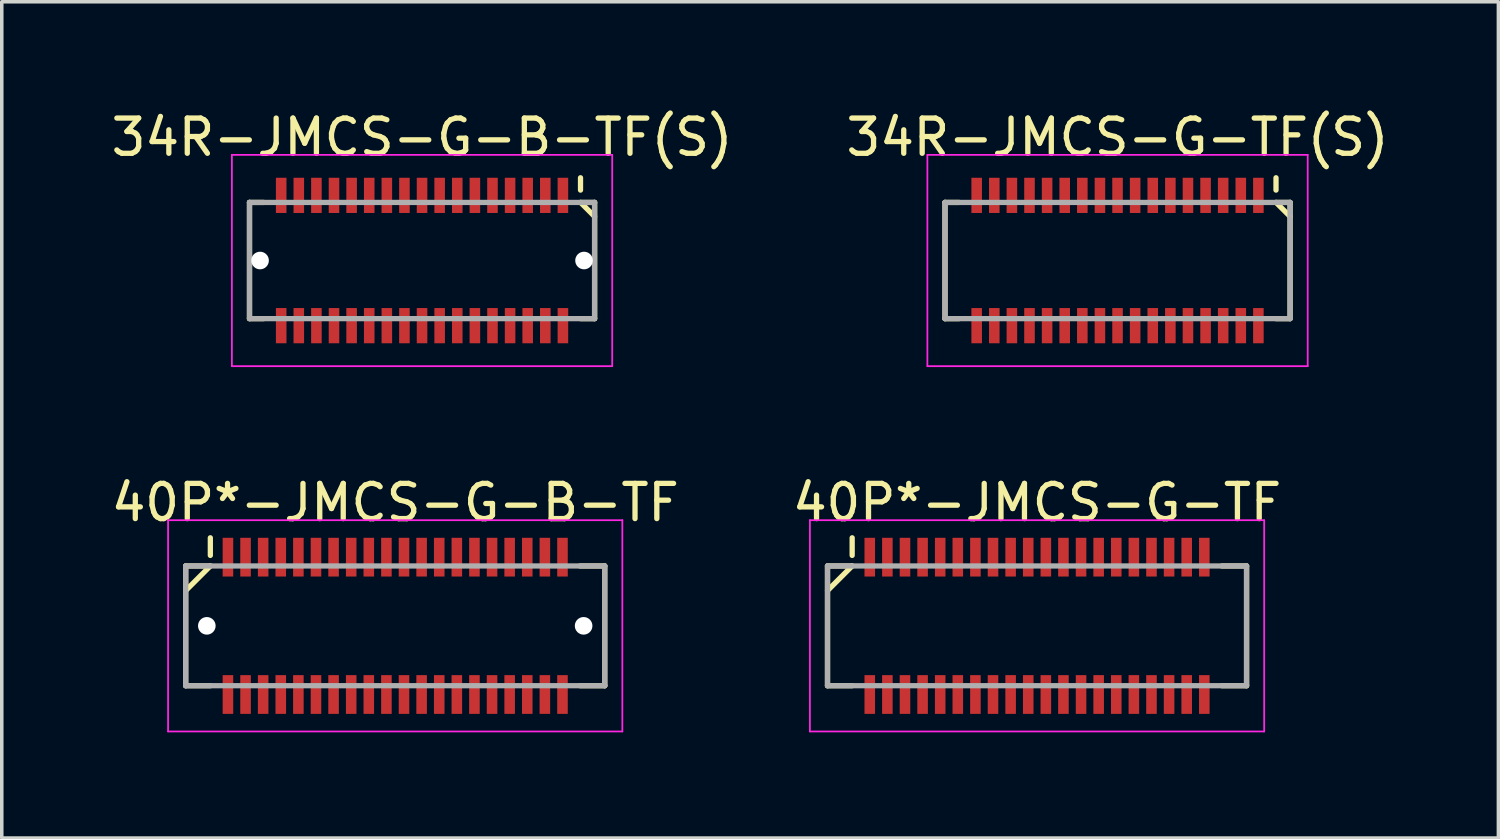
<source format=kicad_pcb>
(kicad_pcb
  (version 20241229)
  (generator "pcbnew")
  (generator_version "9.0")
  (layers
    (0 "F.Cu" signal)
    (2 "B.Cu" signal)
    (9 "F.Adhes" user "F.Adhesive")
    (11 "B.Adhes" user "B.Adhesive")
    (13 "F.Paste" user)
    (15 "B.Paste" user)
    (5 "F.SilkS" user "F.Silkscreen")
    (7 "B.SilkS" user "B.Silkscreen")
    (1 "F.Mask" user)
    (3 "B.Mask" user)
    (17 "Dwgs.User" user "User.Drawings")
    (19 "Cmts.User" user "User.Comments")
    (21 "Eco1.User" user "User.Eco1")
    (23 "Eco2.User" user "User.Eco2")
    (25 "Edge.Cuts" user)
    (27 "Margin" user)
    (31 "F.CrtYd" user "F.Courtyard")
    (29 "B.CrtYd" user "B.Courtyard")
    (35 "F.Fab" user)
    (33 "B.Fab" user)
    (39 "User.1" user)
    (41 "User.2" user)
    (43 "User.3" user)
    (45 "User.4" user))
  (footprint "34R-JMCS-G-TF(S)"
    (layer "F.Cu")
    (at 28.685 4.348)
    (property "Reference" "34R-JMCS-G-TF(S)" (at 0 -3.5 0) (layer "F.SilkS") (effects (font (size 1 1) (thickness 0.15))))
    (attr smd)
    (fp_line (start -4.9 -1.65) (end -4.9 1.65) (stroke (width 0.15) (type solid)) (layer "F.SilkS"))
    (fp_line (start -4.9 -1.65) (end -4.5 -1.65) (stroke (width 0.15) (type solid)) (layer "F.SilkS"))
    (fp_line (start -4.9 1.65) (end -4.5 1.65) (stroke (width 0.15) (type solid)) (layer "F.SilkS"))
    (fp_line (start 4.5 -2.35) (end 4.5 -2) (stroke (width 0.15) (type solid)) (layer "F.SilkS"))
    (fp_line (start 4.5 -1.65) (end 4.9 -1.65) (stroke (width 0.15) (type solid)) (layer "F.SilkS"))
    (fp_line (start 4.5 -1.65) (end 4.9 -1.25) (stroke (width 0.15) (type solid)) (layer "F.SilkS"))
    (fp_line (start 4.5 1.65) (end 4.9 1.65) (stroke (width 0.15) (type solid)) (layer "F.SilkS"))
    (fp_line (start 4.9 -1.65) (end 4.9 1.65) (stroke (width 0.15) (type solid)) (layer "F.SilkS"))
    (fp_line (start -5.4 -3) (end -5.4 3) (stroke (width 0.05) (type solid)) (layer "F.CrtYd"))
    (fp_line (start -5.4 -3) (end 5.4 -3) (stroke (width 0.05) (type solid)) (layer "F.CrtYd"))
    (fp_line (start -5.4 3) (end 5.4 3) (stroke (width 0.05) (type solid)) (layer "F.CrtYd"))
    (fp_line (start 5.4 -3) (end 5.4 3) (stroke (width 0.05) (type solid)) (layer "F.CrtYd"))
    (fp_line (start -4.9 -1.65) (end -4.9 1.65) (stroke (width 0.15) (type solid)) (layer "F.Fab"))
    (fp_line (start -4.9 -1.65) (end 4.9 -1.65) (stroke (width 0.15) (type solid)) (layer "F.Fab"))
    (fp_line (start -4.9 1.65) (end 4.9 1.65) (stroke (width 0.15) (type solid)) (layer "F.Fab"))
    (fp_line (start 4.9 -1.65) (end 4.9 1.65) (stroke (width 0.15) (type solid)) (layer "F.Fab"))
    (pad "1" smd rect (at 4 -1.85) (size 0.3 1) (layers "F.Cu" "F.Mask" "F.Paste"))
    (pad "2" smd rect (at 4 1.85) (size 0.3 1) (layers "F.Cu" "F.Mask" "F.Paste"))
    (pad "3" smd rect (at 3.5 -1.85) (size 0.3 1) (layers "F.Cu" "F.Mask" "F.Paste"))
    (pad "4" smd rect (at 3.5 1.85) (size 0.3 1) (layers "F.Cu" "F.Mask" "F.Paste"))
    (pad "5" smd rect (at 3 -1.85) (size 0.3 1) (layers "F.Cu" "F.Mask" "F.Paste"))
    (pad "6" smd rect (at 3 1.85) (size 0.3 1) (layers "F.Cu" "F.Mask" "F.Paste"))
    (pad "7" smd rect (at 2.5 -1.85) (size 0.3 1) (layers "F.Cu" "F.Mask" "F.Paste"))
    (pad "8" smd rect (at 2.5 1.85) (size 0.3 1) (layers "F.Cu" "F.Mask" "F.Paste"))
    (pad "9" smd rect (at 2 -1.85) (size 0.3 1) (layers "F.Cu" "F.Mask" "F.Paste"))
    (pad "10" smd rect (at 2 1.85) (size 0.3 1) (layers "F.Cu" "F.Mask" "F.Paste"))
    (pad "11" smd rect (at 1.5 -1.85) (size 0.3 1) (layers "F.Cu" "F.Mask" "F.Paste"))
    (pad "12" smd rect (at 1.5 1.85) (size 0.3 1) (layers "F.Cu" "F.Mask" "F.Paste"))
    (pad "13" smd rect (at 1 -1.85) (size 0.3 1) (layers "F.Cu" "F.Mask" "F.Paste"))
    (pad "14" smd rect (at 1 1.85) (size 0.3 1) (layers "F.Cu" "F.Mask" "F.Paste"))
    (pad "15" smd rect (at 0.5 -1.85) (size 0.3 1) (layers "F.Cu" "F.Mask" "F.Paste"))
    (pad "16" smd rect (at 0.5 1.85) (size 0.3 1) (layers "F.Cu" "F.Mask" "F.Paste"))
    (pad "17" smd rect (at 0 -1.85) (size 0.3 1) (layers "F.Cu" "F.Mask" "F.Paste"))
    (pad "18" smd rect (at 0 1.85) (size 0.3 1) (layers "F.Cu" "F.Mask" "F.Paste"))
    (pad "19" smd rect (at -0.5 -1.85) (size 0.3 1) (layers "F.Cu" "F.Mask" "F.Paste"))
    (pad "20" smd rect (at -0.5 1.85) (size 0.3 1) (layers "F.Cu" "F.Mask" "F.Paste"))
    (pad "21" smd rect (at -1 -1.85) (size 0.3 1) (layers "F.Cu" "F.Mask" "F.Paste"))
    (pad "22" smd rect (at -1 1.85) (size 0.3 1) (layers "F.Cu" "F.Mask" "F.Paste"))
    (pad "23" smd rect (at -1.5 -1.85) (size 0.3 1) (layers "F.Cu" "F.Mask" "F.Paste"))
    (pad "24" smd rect (at -1.5 1.85) (size 0.3 1) (layers "F.Cu" "F.Mask" "F.Paste"))
    (pad "25" smd rect (at -2 -1.85) (size 0.3 1) (layers "F.Cu" "F.Mask" "F.Paste"))
    (pad "26" smd rect (at -2 1.85) (size 0.3 1) (layers "F.Cu" "F.Mask" "F.Paste"))
    (pad "27" smd rect (at -2.5 -1.85) (size 0.3 1) (layers "F.Cu" "F.Mask" "F.Paste"))
    (pad "28" smd rect (at -2.5 1.85) (size 0.3 1) (layers "F.Cu" "F.Mask" "F.Paste"))
    (pad "29" smd rect (at -3 -1.85) (size 0.3 1) (layers "F.Cu" "F.Mask" "F.Paste"))
    (pad "30" smd rect (at -3 1.85) (size 0.3 1) (layers "F.Cu" "F.Mask" "F.Paste"))
    (pad "31" smd rect (at -3.5 -1.85) (size 0.3 1) (layers "F.Cu" "F.Mask" "F.Paste"))
    (pad "32" smd rect (at -3.5 1.85) (size 0.3 1) (layers "F.Cu" "F.Mask" "F.Paste"))
    (pad "33" smd rect (at -4 -1.85) (size 0.3 1) (layers "F.Cu" "F.Mask" "F.Paste"))
    (pad "34" smd rect (at -4 1.85) (size 0.3 1) (layers "F.Cu" "F.Mask" "F.Paste")))
  (footprint "34R-JMCS-G-B-TF(S)"
    (layer "F.Cu")
    (at 8.935 4.348)
    (property "Reference" "34R-JMCS-G-B-TF(S)" (at 0 -3.5 0) (layer "F.SilkS") (effects (font (size 1 1) (thickness 0.15))))
    (attr smd)
    (fp_line (start -4.9 -1.65) (end -4.9 1.65) (stroke (width 0.15) (type solid)) (layer "F.SilkS"))
    (fp_line (start -4.9 -1.65) (end -4.5 -1.65) (stroke (width 0.15) (type solid)) (layer "F.SilkS"))
    (fp_line (start -4.9 1.65) (end -4.5 1.65) (stroke (width 0.15) (type solid)) (layer "F.SilkS"))
    (fp_line (start 4.5 -2.35) (end 4.5 -2) (stroke (width 0.15) (type solid)) (layer "F.SilkS"))
    (fp_line (start 4.5 -1.65) (end 4.9 -1.65) (stroke (width 0.15) (type solid)) (layer "F.SilkS"))
    (fp_line (start 4.5 -1.65) (end 4.9 -1.25) (stroke (width 0.15) (type solid)) (layer "F.SilkS"))
    (fp_line (start 4.5 1.65) (end 4.9 1.65) (stroke (width 0.15) (type solid)) (layer "F.SilkS"))
    (fp_line (start 4.9 -1.65) (end 4.9 1.65) (stroke (width 0.15) (type solid)) (layer "F.SilkS"))
    (fp_line (start -5.4 -3) (end -5.4 3) (stroke (width 0.05) (type solid)) (layer "F.CrtYd"))
    (fp_line (start -5.4 -3) (end 5.4 -3) (stroke (width 0.05) (type solid)) (layer "F.CrtYd"))
    (fp_line (start -5.4 3) (end 5.4 3) (stroke (width 0.05) (type solid)) (layer "F.CrtYd"))
    (fp_line (start 5.4 -3) (end 5.4 3) (stroke (width 0.05) (type solid)) (layer "F.CrtYd"))
    (fp_line (start -4.9 -1.65) (end -4.9 1.65) (stroke (width 0.15) (type solid)) (layer "F.Fab"))
    (fp_line (start -4.9 -1.65) (end 4.9 -1.65) (stroke (width 0.15) (type solid)) (layer "F.Fab"))
    (fp_line (start -4.9 1.65) (end 4.9 1.65) (stroke (width 0.15) (type solid)) (layer "F.Fab"))
    (fp_line (start 4.9 -1.65) (end 4.9 1.65) (stroke (width 0.15) (type solid)) (layer "F.Fab"))
    (pad "" np_thru_hole circle (at -4.6 0) (size 0.5 0.5) (drill 0.5) (layers "*.Cu" "*.Mask"))
    (pad "" np_thru_hole circle (at 4.6 0) (size 0.5 0.5) (drill 0.5) (layers "*.Cu" "*.Mask"))
    (pad "1" smd rect (at 4 -1.85) (size 0.3 1) (layers "F.Cu" "F.Mask" "F.Paste"))
    (pad "2" smd rect (at 4 1.85) (size 0.3 1) (layers "F.Cu" "F.Mask" "F.Paste"))
    (pad "3" smd rect (at 3.5 -1.85) (size 0.3 1) (layers "F.Cu" "F.Mask" "F.Paste"))
    (pad "4" smd rect (at 3.5 1.85) (size 0.3 1) (layers "F.Cu" "F.Mask" "F.Paste"))
    (pad "5" smd rect (at 3 -1.85) (size 0.3 1) (layers "F.Cu" "F.Mask" "F.Paste"))
    (pad "6" smd rect (at 3 1.85) (size 0.3 1) (layers "F.Cu" "F.Mask" "F.Paste"))
    (pad "7" smd rect (at 2.5 -1.85) (size 0.3 1) (layers "F.Cu" "F.Mask" "F.Paste"))
    (pad "8" smd rect (at 2.5 1.85) (size 0.3 1) (layers "F.Cu" "F.Mask" "F.Paste"))
    (pad "9" smd rect (at 2 -1.85) (size 0.3 1) (layers "F.Cu" "F.Mask" "F.Paste"))
    (pad "10" smd rect (at 2 1.85) (size 0.3 1) (layers "F.Cu" "F.Mask" "F.Paste"))
    (pad "11" smd rect (at 1.5 -1.85) (size 0.3 1) (layers "F.Cu" "F.Mask" "F.Paste"))
    (pad "12" smd rect (at 1.5 1.85) (size 0.3 1) (layers "F.Cu" "F.Mask" "F.Paste"))
    (pad "13" smd rect (at 1 -1.85) (size 0.3 1) (layers "F.Cu" "F.Mask" "F.Paste"))
    (pad "14" smd rect (at 1 1.85) (size 0.3 1) (layers "F.Cu" "F.Mask" "F.Paste"))
    (pad "15" smd rect (at 0.5 -1.85) (size 0.3 1) (layers "F.Cu" "F.Mask" "F.Paste"))
    (pad "16" smd rect (at 0.5 1.85) (size 0.3 1) (layers "F.Cu" "F.Mask" "F.Paste"))
    (pad "17" smd rect (at 0 -1.85) (size 0.3 1) (layers "F.Cu" "F.Mask" "F.Paste"))
    (pad "18" smd rect (at 0 1.85) (size 0.3 1) (layers "F.Cu" "F.Mask" "F.Paste"))
    (pad "19" smd rect (at -0.5 -1.85) (size 0.3 1) (layers "F.Cu" "F.Mask" "F.Paste"))
    (pad "20" smd rect (at -0.5 1.85) (size 0.3 1) (layers "F.Cu" "F.Mask" "F.Paste"))
    (pad "21" smd rect (at -1 -1.85) (size 0.3 1) (layers "F.Cu" "F.Mask" "F.Paste"))
    (pad "22" smd rect (at -1 1.85) (size 0.3 1) (layers "F.Cu" "F.Mask" "F.Paste"))
    (pad "23" smd rect (at -1.5 -1.85) (size 0.3 1) (layers "F.Cu" "F.Mask" "F.Paste"))
    (pad "24" smd rect (at -1.5 1.85) (size 0.3 1) (layers "F.Cu" "F.Mask" "F.Paste"))
    (pad "25" smd rect (at -2 -1.85) (size 0.3 1) (layers "F.Cu" "F.Mask" "F.Paste"))
    (pad "26" smd rect (at -2 1.85) (size 0.3 1) (layers "F.Cu" "F.Mask" "F.Paste"))
    (pad "27" smd rect (at -2.5 -1.85) (size 0.3 1) (layers "F.Cu" "F.Mask" "F.Paste"))
    (pad "28" smd rect (at -2.5 1.85) (size 0.3 1) (layers "F.Cu" "F.Mask" "F.Paste"))
    (pad "29" smd rect (at -3 -1.85) (size 0.3 1) (layers "F.Cu" "F.Mask" "F.Paste"))
    (pad "30" smd rect (at -3 1.85) (size 0.3 1) (layers "F.Cu" "F.Mask" "F.Paste"))
    (pad "31" smd rect (at -3.5 -1.85) (size 0.3 1) (layers "F.Cu" "F.Mask" "F.Paste"))
    (pad "32" smd rect (at -3.5 1.85) (size 0.3 1) (layers "F.Cu" "F.Mask" "F.Paste"))
    (pad "33" smd rect (at -4 -1.85) (size 0.3 1) (layers "F.Cu" "F.Mask" "F.Paste"))
    (pad "34" smd rect (at -4 1.85) (size 0.3 1) (layers "F.Cu" "F.Mask" "F.Paste")))
  (footprint "40P*-JMCS-G-TF"
    (layer "F.Cu")
    (at 26.399 14.722)
    (property "Reference" "40P*-JMCS-G-TF" (at 0 -3.5 0) (layer "F.SilkS") (effects (font (size 1 1) (thickness 0.15))))
    (attr smd)
    (fp_line (start -5.95 -1.7) (end -5.95 1.7) (stroke (width 0.15) (type solid)) (layer "F.SilkS"))
    (fp_line (start -5.95 -1.7) (end -5.25 -1.7) (stroke (width 0.15) (type solid)) (layer "F.SilkS"))
    (fp_line (start -5.95 1.7) (end -5.25 1.7) (stroke (width 0.15) (type solid)) (layer "F.SilkS"))
    (fp_line (start -5.25 -2.5) (end -5.25 -2) (stroke (width 0.15) (type solid)) (layer "F.SilkS"))
    (fp_line (start -5.25 -1.7) (end -5.95 -1) (stroke (width 0.15) (type solid)) (layer "F.SilkS"))
    (fp_line (start 5.25 -1.7) (end 5.95 -1.7) (stroke (width 0.15) (type solid)) (layer "F.SilkS"))
    (fp_line (start 5.25 1.7) (end 5.95 1.7) (stroke (width 0.15) (type solid)) (layer "F.SilkS"))
    (fp_line (start 5.95 -1.7) (end 5.95 1.7) (stroke (width 0.15) (type solid)) (layer "F.SilkS"))
    (fp_line (start -6.45 -3) (end -6.45 3) (stroke (width 0.05) (type solid)) (layer "F.CrtYd"))
    (fp_line (start -6.45 -3) (end 6.45 -3) (stroke (width 0.05) (type solid)) (layer "F.CrtYd"))
    (fp_line (start -6.45 3) (end 6.45 3) (stroke (width 0.05) (type solid)) (layer "F.CrtYd"))
    (fp_line (start 6.45 -3) (end 6.45 3) (stroke (width 0.05) (type solid)) (layer "F.CrtYd"))
    (fp_line (start -5.95 -1.7) (end -5.95 1.7) (stroke (width 0.15) (type solid)) (layer "F.Fab"))
    (fp_line (start -5.95 -1.7) (end 5.95 -1.7) (stroke (width 0.15) (type solid)) (layer "F.Fab"))
    (fp_line (start -5.95 1.7) (end 5.95 1.7) (stroke (width 0.15) (type solid)) (layer "F.Fab"))
    (fp_line (start 5.95 -1.7) (end 5.95 1.7) (stroke (width 0.15) (type solid)) (layer "F.Fab"))
    (pad "1" smd rect (at -4.75 -1.95) (size 0.3 1.1) (layers "F.Cu" "F.Mask" "F.Paste"))
    (pad "2" smd rect (at -4.75 1.95) (size 0.3 1.1) (layers "F.Cu" "F.Mask" "F.Paste"))
    (pad "3" smd rect (at -4.25 -1.95) (size 0.3 1.1) (layers "F.Cu" "F.Mask" "F.Paste"))
    (pad "4" smd rect (at -4.25 1.95) (size 0.3 1.1) (layers "F.Cu" "F.Mask" "F.Paste"))
    (pad "5" smd rect (at -3.75 -1.95) (size 0.3 1.1) (layers "F.Cu" "F.Mask" "F.Paste"))
    (pad "6" smd rect (at -3.75 1.95) (size 0.3 1.1) (layers "F.Cu" "F.Mask" "F.Paste"))
    (pad "7" smd rect (at -3.25 -1.95) (size 0.3 1.1) (layers "F.Cu" "F.Mask" "F.Paste"))
    (pad "8" smd rect (at -3.25 1.95) (size 0.3 1.1) (layers "F.Cu" "F.Mask" "F.Paste"))
    (pad "9" smd rect (at -2.75 -1.95) (size 0.3 1.1) (layers "F.Cu" "F.Mask" "F.Paste"))
    (pad "10" smd rect (at -2.75 1.95) (size 0.3 1.1) (layers "F.Cu" "F.Mask" "F.Paste"))
    (pad "11" smd rect (at -2.25 -1.95) (size 0.3 1.1) (layers "F.Cu" "F.Mask" "F.Paste"))
    (pad "12" smd rect (at -2.25 1.95) (size 0.3 1.1) (layers "F.Cu" "F.Mask" "F.Paste"))
    (pad "13" smd rect (at -1.75 -1.95) (size 0.3 1.1) (layers "F.Cu" "F.Mask" "F.Paste"))
    (pad "14" smd rect (at -1.75 1.95) (size 0.3 1.1) (layers "F.Cu" "F.Mask" "F.Paste"))
    (pad "15" smd rect (at -1.25 -1.95) (size 0.3 1.1) (layers "F.Cu" "F.Mask" "F.Paste"))
    (pad "16" smd rect (at -1.25 1.95) (size 0.3 1.1) (layers "F.Cu" "F.Mask" "F.Paste"))
    (pad "17" smd rect (at -0.75 -1.95) (size 0.3 1.1) (layers "F.Cu" "F.Mask" "F.Paste"))
    (pad "18" smd rect (at -0.75 1.95) (size 0.3 1.1) (layers "F.Cu" "F.Mask" "F.Paste"))
    (pad "19" smd rect (at -0.25 -1.95) (size 0.3 1.1) (layers "F.Cu" "F.Mask" "F.Paste"))
    (pad "20" smd rect (at -0.25 1.95) (size 0.3 1.1) (layers "F.Cu" "F.Mask" "F.Paste"))
    (pad "21" smd rect (at 0.25 -1.95) (size 0.3 1.1) (layers "F.Cu" "F.Mask" "F.Paste"))
    (pad "22" smd rect (at 0.25 1.95) (size 0.3 1.1) (layers "F.Cu" "F.Mask" "F.Paste"))
    (pad "23" smd rect (at 0.75 -1.95) (size 0.3 1.1) (layers "F.Cu" "F.Mask" "F.Paste"))
    (pad "24" smd rect (at 0.75 1.95) (size 0.3 1.1) (layers "F.Cu" "F.Mask" "F.Paste"))
    (pad "25" smd rect (at 1.25 -1.95) (size 0.3 1.1) (layers "F.Cu" "F.Mask" "F.Paste"))
    (pad "26" smd rect (at 1.25 1.95) (size 0.3 1.1) (layers "F.Cu" "F.Mask" "F.Paste"))
    (pad "27" smd rect (at 1.75 -1.95) (size 0.3 1.1) (layers "F.Cu" "F.Mask" "F.Paste"))
    (pad "28" smd rect (at 1.75 1.95) (size 0.3 1.1) (layers "F.Cu" "F.Mask" "F.Paste"))
    (pad "29" smd rect (at 2.25 -1.95) (size 0.3 1.1) (layers "F.Cu" "F.Mask" "F.Paste"))
    (pad "30" smd rect (at 2.25 1.95) (size 0.3 1.1) (layers "F.Cu" "F.Mask" "F.Paste"))
    (pad "31" smd rect (at 2.75 -1.95) (size 0.3 1.1) (layers "F.Cu" "F.Mask" "F.Paste"))
    (pad "32" smd rect (at 2.75 1.95) (size 0.3 1.1) (layers "F.Cu" "F.Mask" "F.Paste"))
    (pad "33" smd rect (at 3.25 -1.95) (size 0.3 1.1) (layers "F.Cu" "F.Mask" "F.Paste"))
    (pad "34" smd rect (at 3.25 1.95) (size 0.3 1.1) (layers "F.Cu" "F.Mask" "F.Paste"))
    (pad "35" smd rect (at 3.75 -1.95) (size 0.3 1.1) (layers "F.Cu" "F.Mask" "F.Paste"))
    (pad "36" smd rect (at 3.75 1.95) (size 0.3 1.1) (layers "F.Cu" "F.Mask" "F.Paste"))
    (pad "37" smd rect (at 4.25 -1.95) (size 0.3 1.1) (layers "F.Cu" "F.Mask" "F.Paste"))
    (pad "38" smd rect (at 4.25 1.95) (size 0.3 1.1) (layers "F.Cu" "F.Mask" "F.Paste"))
    (pad "39" smd rect (at 4.75 -1.95) (size 0.3 1.1) (layers "F.Cu" "F.Mask" "F.Paste"))
    (pad "40" smd rect (at 4.75 1.95) (size 0.3 1.1) (layers "F.Cu" "F.Mask" "F.Paste")))
  (footprint "40P*-JMCS-G-B-TF"
    (layer "F.Cu")
    (at 8.173 14.722)
    (property "Reference" "40P*-JMCS-G-B-TF" (at 0 -3.5 0) (layer "F.SilkS") (effects (font (size 1 1) (thickness 0.15))))
    (attr smd)
    (fp_line (start -5.95 -1.7) (end -5.95 1.7) (stroke (width 0.15) (type solid)) (layer "F.SilkS"))
    (fp_line (start -5.95 -1.7) (end -5.25 -1.7) (stroke (width 0.15) (type solid)) (layer "F.SilkS"))
    (fp_line (start -5.95 1.7) (end -5.25 1.7) (stroke (width 0.15) (type solid)) (layer "F.SilkS"))
    (fp_line (start -5.25 -2.5) (end -5.25 -2) (stroke (width 0.15) (type solid)) (layer "F.SilkS"))
    (fp_line (start -5.25 -1.7) (end -5.95 -1) (stroke (width 0.15) (type solid)) (layer "F.SilkS"))
    (fp_line (start 5.25 -1.7) (end 5.95 -1.7) (stroke (width 0.15) (type solid)) (layer "F.SilkS"))
    (fp_line (start 5.25 1.7) (end 5.95 1.7) (stroke (width 0.15) (type solid)) (layer "F.SilkS"))
    (fp_line (start 5.95 -1.7) (end 5.95 1.7) (stroke (width 0.15) (type solid)) (layer "F.SilkS"))
    (fp_line (start -6.45 -3) (end -6.45 3) (stroke (width 0.05) (type solid)) (layer "F.CrtYd"))
    (fp_line (start -6.45 -3) (end 6.45 -3) (stroke (width 0.05) (type solid)) (layer "F.CrtYd"))
    (fp_line (start -6.45 3) (end 6.45 3) (stroke (width 0.05) (type solid)) (layer "F.CrtYd"))
    (fp_line (start 6.45 -3) (end 6.45 3) (stroke (width 0.05) (type solid)) (layer "F.CrtYd"))
    (fp_line (start -5.95 -1.7) (end -5.95 1.7) (stroke (width 0.15) (type solid)) (layer "F.Fab"))
    (fp_line (start -5.95 -1.7) (end 5.95 -1.7) (stroke (width 0.15) (type solid)) (layer "F.Fab"))
    (fp_line (start -5.95 1.7) (end 5.95 1.7) (stroke (width 0.15) (type solid)) (layer "F.Fab"))
    (fp_line (start 5.95 -1.7) (end 5.95 1.7) (stroke (width 0.15) (type solid)) (layer "F.Fab"))
    (pad "" np_thru_hole circle (at -5.35 0) (size 0.5 0.5) (drill 0.5) (layers "*.Cu" "*.Mask"))
    (pad "" np_thru_hole circle (at 5.35 0) (size 0.5 0.5) (drill 0.5) (layers "*.Cu" "*.Mask"))
    (pad "1" smd rect (at -4.75 -1.95) (size 0.3 1.1) (layers "F.Cu" "F.Mask" "F.Paste"))
    (pad "2" smd rect (at -4.75 1.95) (size 0.3 1.1) (layers "F.Cu" "F.Mask" "F.Paste"))
    (pad "3" smd rect (at -4.25 -1.95) (size 0.3 1.1) (layers "F.Cu" "F.Mask" "F.Paste"))
    (pad "4" smd rect (at -4.25 1.95) (size 0.3 1.1) (layers "F.Cu" "F.Mask" "F.Paste"))
    (pad "5" smd rect (at -3.75 -1.95) (size 0.3 1.1) (layers "F.Cu" "F.Mask" "F.Paste"))
    (pad "6" smd rect (at -3.75 1.95) (size 0.3 1.1) (layers "F.Cu" "F.Mask" "F.Paste"))
    (pad "7" smd rect (at -3.25 -1.95) (size 0.3 1.1) (layers "F.Cu" "F.Mask" "F.Paste"))
    (pad "8" smd rect (at -3.25 1.95) (size 0.3 1.1) (layers "F.Cu" "F.Mask" "F.Paste"))
    (pad "9" smd rect (at -2.75 -1.95) (size 0.3 1.1) (layers "F.Cu" "F.Mask" "F.Paste"))
    (pad "10" smd rect (at -2.75 1.95) (size 0.3 1.1) (layers "F.Cu" "F.Mask" "F.Paste"))
    (pad "11" smd rect (at -2.25 -1.95) (size 0.3 1.1) (layers "F.Cu" "F.Mask" "F.Paste"))
    (pad "12" smd rect (at -2.25 1.95) (size 0.3 1.1) (layers "F.Cu" "F.Mask" "F.Paste"))
    (pad "13" smd rect (at -1.75 -1.95) (size 0.3 1.1) (layers "F.Cu" "F.Mask" "F.Paste"))
    (pad "14" smd rect (at -1.75 1.95) (size 0.3 1.1) (layers "F.Cu" "F.Mask" "F.Paste"))
    (pad "15" smd rect (at -1.25 -1.95) (size 0.3 1.1) (layers "F.Cu" "F.Mask" "F.Paste"))
    (pad "16" smd rect (at -1.25 1.95) (size 0.3 1.1) (layers "F.Cu" "F.Mask" "F.Paste"))
    (pad "17" smd rect (at -0.75 -1.95) (size 0.3 1.1) (layers "F.Cu" "F.Mask" "F.Paste"))
    (pad "18" smd rect (at -0.75 1.95) (size 0.3 1.1) (layers "F.Cu" "F.Mask" "F.Paste"))
    (pad "19" smd rect (at -0.25 -1.95) (size 0.3 1.1) (layers "F.Cu" "F.Mask" "F.Paste"))
    (pad "20" smd rect (at -0.25 1.95) (size 0.3 1.1) (layers "F.Cu" "F.Mask" "F.Paste"))
    (pad "21" smd rect (at 0.25 -1.95) (size 0.3 1.1) (layers "F.Cu" "F.Mask" "F.Paste"))
    (pad "22" smd rect (at 0.25 1.95) (size 0.3 1.1) (layers "F.Cu" "F.Mask" "F.Paste"))
    (pad "23" smd rect (at 0.75 -1.95) (size 0.3 1.1) (layers "F.Cu" "F.Mask" "F.Paste"))
    (pad "24" smd rect (at 0.75 1.95) (size 0.3 1.1) (layers "F.Cu" "F.Mask" "F.Paste"))
    (pad "25" smd rect (at 1.25 -1.95) (size 0.3 1.1) (layers "F.Cu" "F.Mask" "F.Paste"))
    (pad "26" smd rect (at 1.25 1.95) (size 0.3 1.1) (layers "F.Cu" "F.Mask" "F.Paste"))
    (pad "27" smd rect (at 1.75 -1.95) (size 0.3 1.1) (layers "F.Cu" "F.Mask" "F.Paste"))
    (pad "28" smd rect (at 1.75 1.95) (size 0.3 1.1) (layers "F.Cu" "F.Mask" "F.Paste"))
    (pad "29" smd rect (at 2.25 -1.95) (size 0.3 1.1) (layers "F.Cu" "F.Mask" "F.Paste"))
    (pad "30" smd rect (at 2.25 1.95) (size 0.3 1.1) (layers "F.Cu" "F.Mask" "F.Paste"))
    (pad "31" smd rect (at 2.75 -1.95) (size 0.3 1.1) (layers "F.Cu" "F.Mask" "F.Paste"))
    (pad "32" smd rect (at 2.75 1.95) (size 0.3 1.1) (layers "F.Cu" "F.Mask" "F.Paste"))
    (pad "33" smd rect (at 3.25 -1.95) (size 0.3 1.1) (layers "F.Cu" "F.Mask" "F.Paste"))
    (pad "34" smd rect (at 3.25 1.95) (size 0.3 1.1) (layers "F.Cu" "F.Mask" "F.Paste"))
    (pad "35" smd rect (at 3.75 -1.95) (size 0.3 1.1) (layers "F.Cu" "F.Mask" "F.Paste"))
    (pad "36" smd rect (at 3.75 1.95) (size 0.3 1.1) (layers "F.Cu" "F.Mask" "F.Paste"))
    (pad "37" smd rect (at 4.25 -1.95) (size 0.3 1.1) (layers "F.Cu" "F.Mask" "F.Paste"))
    (pad "38" smd rect (at 4.25 1.95) (size 0.3 1.1) (layers "F.Cu" "F.Mask" "F.Paste"))
    (pad "39" smd rect (at 4.75 -1.95) (size 0.3 1.1) (layers "F.Cu" "F.Mask" "F.Paste"))
    (pad "40" smd rect (at 4.75 1.95) (size 0.3 1.1) (layers "F.Cu" "F.Mask" "F.Paste")))
  (gr_rect
    (start -3 -3)
    (end 39.5 20.747)
    (stroke (width 0.1) (type default))
    (fill no)
    (layer "Edge.Cuts")))
</source>
